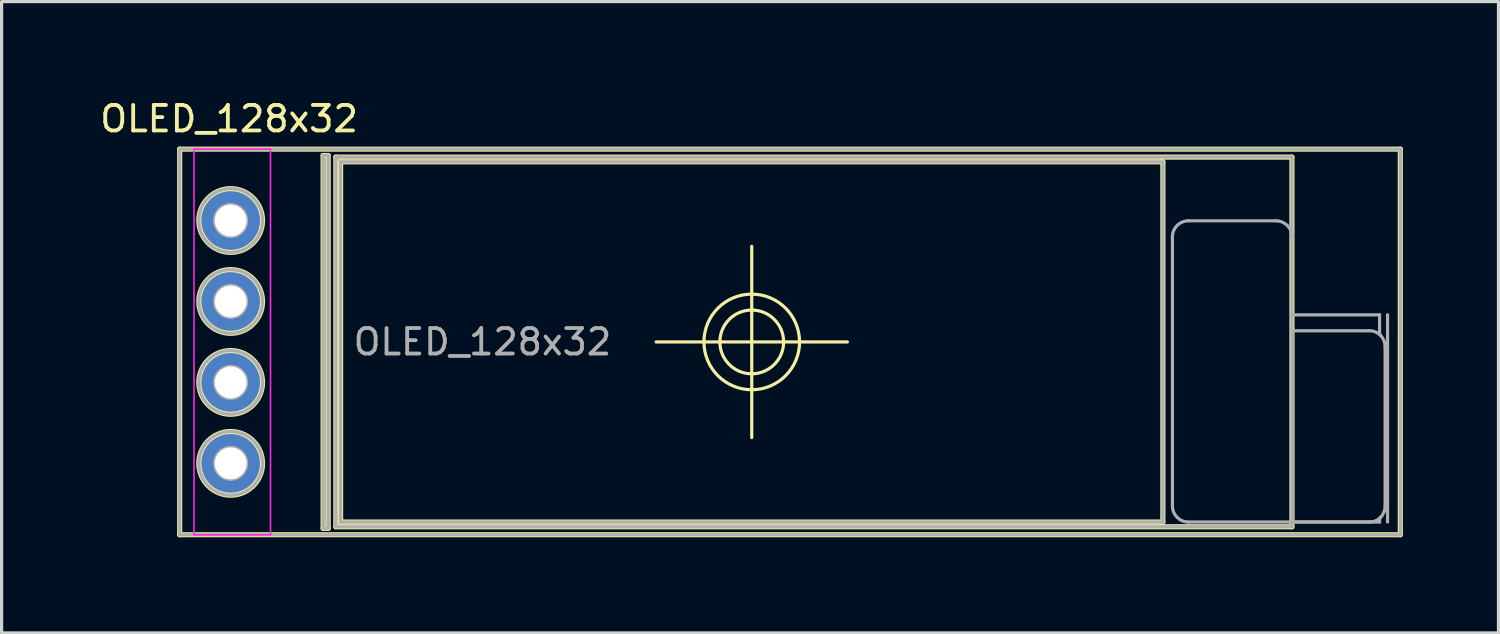
<source format=kicad_pcb>
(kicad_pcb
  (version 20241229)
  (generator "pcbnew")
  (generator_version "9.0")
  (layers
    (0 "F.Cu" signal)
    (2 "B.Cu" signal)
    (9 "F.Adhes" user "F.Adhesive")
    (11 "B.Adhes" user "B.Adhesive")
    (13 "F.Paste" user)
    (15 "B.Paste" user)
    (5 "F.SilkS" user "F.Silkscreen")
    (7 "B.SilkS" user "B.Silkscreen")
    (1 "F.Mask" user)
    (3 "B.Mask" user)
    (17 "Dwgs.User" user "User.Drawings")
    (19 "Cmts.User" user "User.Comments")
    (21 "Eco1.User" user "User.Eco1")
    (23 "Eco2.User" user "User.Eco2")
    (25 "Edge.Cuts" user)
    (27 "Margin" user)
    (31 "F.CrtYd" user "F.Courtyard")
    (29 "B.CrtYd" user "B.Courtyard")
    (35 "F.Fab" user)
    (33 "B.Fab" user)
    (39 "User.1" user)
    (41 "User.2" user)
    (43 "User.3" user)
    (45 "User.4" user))
  (footprint "OLED_128x32"
    (layer "F.Cu")
    (at 21.738 7.679)
    (property "Reference" "OLED_128x32" (at -17.6 -7 0) (layer "F.SilkS") (effects (font (size 0.8 0.8) (thickness 0.12))))
    (attr through_hole)
    (fp_line (start -19.15 -6.05) (end -19.15 6.05) (stroke (width 0.16) (type solid)) (layer "F.SilkS"))
    (fp_line (start -19.15 6.05) (end 19.15 6.05) (stroke (width 0.16) (type solid)) (layer "F.SilkS"))
    (fp_line (start -14.65 -5.85) (end -14.65 5.85) (stroke (width 0.16) (type solid)) (layer "F.SilkS"))
    (fp_line (start -14.65 5.85) (end -14.49 5.85) (stroke (width 0.16) (type solid)) (layer "F.SilkS"))
    (fp_line (start -14.49 -5.85) (end -14.65 -5.85) (stroke (width 0.16) (type solid)) (layer "F.SilkS"))
    (fp_line (start -14.49 5.85) (end -14.49 -5.85) (stroke (width 0.16) (type solid)) (layer "F.SilkS"))
    (fp_line (start -14.25 -5.8) (end -14.25 5.8) (stroke (width 0.16) (type solid)) (layer "F.SilkS"))
    (fp_line (start -14.25 5.8) (end 15.75 5.8) (stroke (width 0.16) (type solid)) (layer "F.SilkS"))
    (fp_line (start -14.1 -5.65) (end -14.1 5.65) (stroke (width 0.16) (type solid)) (layer "F.SilkS"))
    (fp_line (start -14.1 5.65) (end 11.7 5.65) (stroke (width 0.16) (type solid)) (layer "F.SilkS"))
    (fp_line (start -4.2 0) (end 1.8 0) (stroke (width 0.1) (type default)) (layer "F.SilkS"))
    (fp_line (start -1.2 -3) (end -1.2 3) (stroke (width 0.1) (type default)) (layer "F.SilkS"))
    (fp_line (start 11.7 -5.65) (end -14.1 -5.65) (stroke (width 0.16) (type solid)) (layer "F.SilkS"))
    (fp_line (start 11.7 5.65) (end 11.7 -5.65) (stroke (width 0.16) (type solid)) (layer "F.SilkS"))
    (fp_line (start 15.75 -5.8) (end -14.25 -5.8) (stroke (width 0.16) (type solid)) (layer "F.SilkS"))
    (fp_line (start 15.75 5.8) (end 15.75 -5.8) (stroke (width 0.16) (type solid)) (layer "F.SilkS"))
    (fp_line (start 19.15 -6.05) (end -19.15 -6.05) (stroke (width 0.16) (type solid)) (layer "F.SilkS"))
    (fp_line (start 19.15 6.05) (end 19.15 -6.05) (stroke (width 0.16) (type solid)) (layer "F.SilkS"))
    (fp_circle (center -17.55 -3.81) (end -18.55 -3.81) (stroke (width 0.16) (type solid)) (fill no) (layer "F.SilkS"))
    (fp_circle (center -17.55 -1.27) (end -18.55 -1.27) (stroke (width 0.16) (type solid)) (fill no) (layer "F.SilkS"))
    (fp_circle (center -17.55 1.27) (end -18.55 1.27) (stroke (width 0.16) (type solid)) (fill no) (layer "F.SilkS"))
    (fp_circle (center -17.55 3.81) (end -18.55 3.81) (stroke (width 0.16) (type solid)) (fill no) (layer "F.SilkS"))
    (fp_circle (center -1.2 0) (end -2.7 0) (stroke (width 0.1) (type default)) (fill no) (layer "F.SilkS"))
    (fp_circle (center -1.2 0) (end -2.2 0) (stroke (width 0.1) (type default)) (fill no) (layer "F.SilkS"))
    (fp_line (start -18.7 -6.05) (end -18.7 6.05) (stroke (width 0.05) (type solid)) (layer "F.CrtYd"))
    (fp_line (start -18.7 6.05) (end -16.3 6.05) (stroke (width 0.05) (type solid)) (layer "F.CrtYd"))
    (fp_line (start -16.3 -6.05) (end -18.7 -6.05) (stroke (width 0.05) (type solid)) (layer "F.CrtYd"))
    (fp_line (start -16.3 6.05) (end -16.3 -6.05) (stroke (width 0.05) (type solid)) (layer "F.CrtYd"))
    (fp_line (start -19.15 -6.05) (end -19.15 6.05) (stroke (width 0.1) (type solid)) (layer "F.Fab"))
    (fp_line (start -19.15 6.05) (end 19.15 6.05) (stroke (width 0.1) (type solid)) (layer "F.Fab"))
    (fp_line (start -17.867 -4.128) (end -17.233 -4.128) (stroke (width 0.1) (type solid)) (layer "F.Fab"))
    (fp_line (start -17.867 -3.493) (end -17.867 -4.128) (stroke (width 0.1) (type solid)) (layer "F.Fab"))
    (fp_line (start -17.867 -3.493) (end -17.613 -3.747) (stroke (width 0.1) (type solid)) (layer "F.Fab"))
    (fp_line (start -17.867 -1.587) (end -17.233 -1.587) (stroke (width 0.1) (type solid)) (layer "F.Fab"))
    (fp_line (start -17.867 -0.953) (end -17.867 -1.587) (stroke (width 0.1) (type solid)) (layer "F.Fab"))
    (fp_line (start -17.867 -0.953) (end -17.613 -1.206) (stroke (width 0.1) (type solid)) (layer "F.Fab"))
    (fp_line (start -17.867 0.953) (end -17.233 0.953) (stroke (width 0.1) (type solid)) (layer "F.Fab"))
    (fp_line (start -17.867 1.587) (end -17.867 0.953) (stroke (width 0.1) (type solid)) (layer "F.Fab"))
    (fp_line (start -17.867 1.587) (end -17.613 1.333) (stroke (width 0.1) (type solid)) (layer "F.Fab"))
    (fp_line (start -17.867 3.493) (end -17.233 3.493) (stroke (width 0.1) (type solid)) (layer "F.Fab"))
    (fp_line (start -17.867 4.128) (end -17.867 3.493) (stroke (width 0.1) (type solid)) (layer "F.Fab"))
    (fp_line (start -17.867 4.128) (end -17.613 3.873) (stroke (width 0.1) (type solid)) (layer "F.Fab"))
    (fp_line (start -17.613 -3.873) (end -17.867 -4.128) (stroke (width 0.1) (type solid)) (layer "F.Fab"))
    (fp_line (start -17.613 -3.873) (end -17.613 -3.747) (stroke (width 0.1) (type solid)) (layer "F.Fab"))
    (fp_line (start -17.613 -3.747) (end -17.486 -3.747) (stroke (width 0.1) (type solid)) (layer "F.Fab"))
    (fp_line (start -17.613 -1.333) (end -17.867 -1.587) (stroke (width 0.1) (type solid)) (layer "F.Fab"))
    (fp_line (start -17.613 -1.333) (end -17.613 -1.206) (stroke (width 0.1) (type solid)) (layer "F.Fab"))
    (fp_line (start -17.613 -1.206) (end -17.486 -1.206) (stroke (width 0.1) (type solid)) (layer "F.Fab"))
    (fp_line (start -17.613 1.206) (end -17.867 0.953) (stroke (width 0.1) (type solid)) (layer "F.Fab"))
    (fp_line (start -17.613 1.206) (end -17.613 1.333) (stroke (width 0.1) (type solid)) (layer "F.Fab"))
    (fp_line (start -17.613 1.333) (end -17.486 1.333) (stroke (width 0.1) (type solid)) (layer "F.Fab"))
    (fp_line (start -17.613 3.747) (end -17.867 3.493) (stroke (width 0.1) (type solid)) (layer "F.Fab"))
    (fp_line (start -17.613 3.747) (end -17.613 3.873) (stroke (width 0.1) (type solid)) (layer "F.Fab"))
    (fp_line (start -17.613 3.873) (end -17.486 3.873) (stroke (width 0.1) (type solid)) (layer "F.Fab"))
    (fp_line (start -17.486 -3.873) (end -17.613 -3.873) (stroke (width 0.1) (type solid)) (layer "F.Fab"))
    (fp_line (start -17.486 -3.873) (end -17.233 -4.128) (stroke (width 0.1) (type solid)) (layer "F.Fab"))
    (fp_line (start -17.486 -3.747) (end -17.486 -3.873) (stroke (width 0.1) (type solid)) (layer "F.Fab"))
    (fp_line (start -17.486 -1.333) (end -17.613 -1.333) (stroke (width 0.1) (type solid)) (layer "F.Fab"))
    (fp_line (start -17.486 -1.333) (end -17.233 -1.587) (stroke (width 0.1) (type solid)) (layer "F.Fab"))
    (fp_line (start -17.486 -1.206) (end -17.486 -1.333) (stroke (width 0.1) (type solid)) (layer "F.Fab"))
    (fp_line (start -17.486 1.206) (end -17.613 1.206) (stroke (width 0.1) (type solid)) (layer "F.Fab"))
    (fp_line (start -17.486 1.206) (end -17.233 0.953) (stroke (width 0.1) (type solid)) (layer "F.Fab"))
    (fp_line (start -17.486 1.333) (end -17.486 1.206) (stroke (width 0.1) (type solid)) (layer "F.Fab"))
    (fp_line (start -17.486 3.747) (end -17.613 3.747) (stroke (width 0.1) (type solid)) (layer "F.Fab"))
    (fp_line (start -17.486 3.747) (end -17.233 3.493) (stroke (width 0.1) (type solid)) (layer "F.Fab"))
    (fp_line (start -17.486 3.873) (end -17.486 3.747) (stroke (width 0.1) (type solid)) (layer "F.Fab"))
    (fp_line (start -17.233 -4.128) (end -17.233 -3.493) (stroke (width 0.1) (type solid)) (layer "F.Fab"))
    (fp_line (start -17.233 -3.493) (end -17.867 -3.493) (stroke (width 0.1) (type solid)) (layer "F.Fab"))
    (fp_line (start -17.233 -3.493) (end -17.486 -3.747) (stroke (width 0.1) (type solid)) (layer "F.Fab"))
    (fp_line (start -17.233 -1.587) (end -17.233 -0.953) (stroke (width 0.1) (type solid)) (layer "F.Fab"))
    (fp_line (start -17.233 -0.953) (end -17.867 -0.953) (stroke (width 0.1) (type solid)) (layer "F.Fab"))
    (fp_line (start -17.233 -0.953) (end -17.486 -1.206) (stroke (width 0.1) (type solid)) (layer "F.Fab"))
    (fp_line (start -17.233 0.953) (end -17.233 1.587) (stroke (width 0.1) (type solid)) (layer "F.Fab"))
    (fp_line (start -17.233 1.587) (end -17.867 1.587) (stroke (width 0.1) (type solid)) (layer "F.Fab"))
    (fp_line (start -17.233 1.587) (end -17.486 1.333) (stroke (width 0.1) (type solid)) (layer "F.Fab"))
    (fp_line (start -17.233 3.493) (end -17.233 4.128) (stroke (width 0.1) (type solid)) (layer "F.Fab"))
    (fp_line (start -17.233 4.128) (end -17.867 4.128) (stroke (width 0.1) (type solid)) (layer "F.Fab"))
    (fp_line (start -17.233 4.128) (end -17.486 3.873) (stroke (width 0.1) (type solid)) (layer "F.Fab"))
    (fp_line (start -14.65 -5.85) (end -14.65 5.85) (stroke (width 0.1) (type solid)) (layer "F.Fab"))
    (fp_line (start -14.65 5.85) (end -14.49 5.85) (stroke (width 0.1) (type solid)) (layer "F.Fab"))
    (fp_line (start -14.49 -5.85) (end -14.65 -5.85) (stroke (width 0.1) (type solid)) (layer "F.Fab"))
    (fp_line (start -14.49 5.85) (end -14.49 -5.85) (stroke (width 0.1) (type solid)) (layer "F.Fab"))
    (fp_line (start -14.25 -5.8) (end -14.25 5.8) (stroke (width 0.1) (type solid)) (layer "F.Fab"))
    (fp_line (start -14.25 5.8) (end 15.75 5.8) (stroke (width 0.1) (type solid)) (layer "F.Fab"))
    (fp_line (start -14.1 -5.65) (end -14.1 5.65) (stroke (width 0.1) (type solid)) (layer "F.Fab"))
    (fp_line (start -14.1 5.65) (end 11.7 5.65) (stroke (width 0.1) (type solid)) (layer "F.Fab"))
    (fp_line (start 11.7 -5.65) (end -14.1 -5.65) (stroke (width 0.1) (type solid)) (layer "F.Fab"))
    (fp_line (start 11.7 5.65) (end 11.7 -5.65) (stroke (width 0.1) (type solid)) (layer "F.Fab"))
    (fp_line (start 12 -3.3) (end 12 5.15) (stroke (width 0.1) (type solid)) (layer "F.Fab"))
    (fp_line (start 12.5 5.65) (end 15.75 5.65) (stroke (width 0.1) (type solid)) (layer "F.Fab"))
    (fp_line (start 15.25 -3.8) (end 12.5 -3.8) (stroke (width 0.1) (type solid)) (layer "F.Fab"))
    (fp_line (start 15.75 -5.8) (end -14.25 -5.8) (stroke (width 0.1) (type solid)) (layer "F.Fab"))
    (fp_line (start 15.75 -3.3) (end 15.75 -5.8) (stroke (width 0.1) (type solid)) (layer "F.Fab"))
    (fp_line (start 15.75 -0.85) (end 18.5 -0.85) (stroke (width 0.1) (type solid)) (layer "F.Fab"))
    (fp_line (start 15.75 -0.35) (end 15.75 -3.3) (stroke (width 0.1) (type solid)) (layer "F.Fab"))
    (fp_line (start 15.75 -0.35) (end 15.75 5.65) (stroke (width 0.1) (type solid)) (layer "F.Fab"))
    (fp_line (start 15.75 5.8) (end 15.75 5.65) (stroke (width 0.1) (type solid)) (layer "F.Fab"))
    (fp_line (start 15.772 -0.35) (end 15.772 5.65) (stroke (width 0.1) (type solid)) (layer "F.Fab"))
    (fp_line (start 15.772 5.65) (end 18.186 5.65) (stroke (width 0.1) (type solid)) (layer "F.Fab"))
    (fp_line (start 15.772 5.65) (end 18.5 5.65) (stroke (width 0.1) (type solid)) (layer "F.Fab"))
    (fp_line (start 18.186 -0.35) (end 15.772 -0.35) (stroke (width 0.1) (type solid)) (layer "F.Fab"))
    (fp_line (start 18.5 -0.85) (end 18.5 -0.233) (stroke (width 0.1) (type solid)) (layer "F.Fab"))
    (fp_line (start 18.5 5.533) (end 18.5 5.65) (stroke (width 0.1) (type solid)) (layer "F.Fab"))
    (fp_line (start 18.673 5.15) (end 18.673 0.15) (stroke (width 0.1) (type solid)) (layer "F.Fab"))
    (fp_line (start 18.75 -0.85) (end 18.75 5.65) (stroke (width 0.1) (type solid)) (layer "F.Fab"))
    (fp_line (start 19.15 -6.05) (end -19.15 -6.05) (stroke (width 0.1) (type solid)) (layer "F.Fab"))
    (fp_line (start 19.15 6.05) (end 19.15 -6.05) (stroke (width 0.1) (type solid)) (layer "F.Fab"))
    (fp_arc (start 12 -3.3) (mid 12.146447 -3.653553) (end 12.5 -3.8) (stroke (width 0.1) (type solid)) (layer "F.Fab"))
    (fp_arc (start 12.5 5.65) (mid 12.146447 5.503553) (end 12 5.15) (stroke (width 0.1) (type solid)) (layer "F.Fab"))
    (fp_arc (start 15.25 -3.8) (mid 15.603553 -3.653553) (end 15.75 -3.3) (stroke (width 0.1) (type solid)) (layer "F.Fab"))
    (fp_arc (start 18.186312 -0.349999) (mid 18.37435 -0.311512) (end 18.532146 -0.202241) (stroke (width 0.1) (type solid)) (layer "F.Fab"))
    (fp_arc (start 18.532146 -0.202241) (mid 18.636841 -0.039772) (end 18.673498 0.15) (stroke (width 0.1) (type solid)) (layer "F.Fab"))
    (fp_arc (start 18.532147 5.502241) (mid 18.374352 5.611513) (end 18.186313 5.65) (stroke (width 0.1) (type solid)) (layer "F.Fab"))
    (fp_arc (start 18.673497 5.15) (mid 18.636841 5.339772) (end 18.532146 5.502241) (stroke (width 0.1) (type solid)) (layer "F.Fab"))
    (fp_circle (center -17.55 -3.81) (end -18.55 -3.81) (stroke (width 0.1) (type solid)) (fill no) (layer "F.Fab"))
    (fp_circle (center -17.55 -3.81) (end -18.05 -3.81) (stroke (width 0.1) (type solid)) (fill no) (layer "F.Fab"))
    (fp_circle (center -17.55 -1.27) (end -18.55 -1.27) (stroke (width 0.1) (type solid)) (fill no) (layer "F.Fab"))
    (fp_circle (center -17.55 -1.27) (end -18.05 -1.27) (stroke (width 0.1) (type solid)) (fill no) (layer "F.Fab"))
    (fp_circle (center -17.55 1.27) (end -18.55 1.27) (stroke (width 0.1) (type solid)) (fill no) (layer "F.Fab"))
    (fp_circle (center -17.55 1.27) (end -18.05 1.27) (stroke (width 0.1) (type solid)) (fill no) (layer "F.Fab"))
    (fp_circle (center -17.55 3.81) (end -18.55 3.81) (stroke (width 0.1) (type solid)) (fill no) (layer "F.Fab"))
    (fp_circle (center -17.55 3.81) (end -18.05 3.81) (stroke (width 0.1) (type solid)) (fill no) (layer "F.Fab"))
    (fp_text user "${REFERENCE}" (at -9.65 0 0) (layer "F.Fab") (effects (font (size 0.8 0.8) (thickness 0.12))))
    (pad "1" thru_hole circle (at -17.55 -3.81) (size 2 2) (drill 1) (layers "*.Cu" "*.Mask"))
    (pad "2" thru_hole circle (at -17.55 -1.27) (size 2 2) (drill 1) (layers "*.Cu" "*.Mask"))
    (pad "3" thru_hole circle (at -17.55 1.27) (size 2 2) (drill 1) (layers "*.Cu" "*.Mask"))
    (pad "4" thru_hole circle (at -17.55 3.81) (size 2 2) (drill 1) (layers "*.Cu" "*.Mask")))
  (gr_rect
    (start -3 -3)
    (end 43.968 16.809)
    (stroke (width 0.1) (type default))
    (fill no)
    (layer "Edge.Cuts")))
</source>
